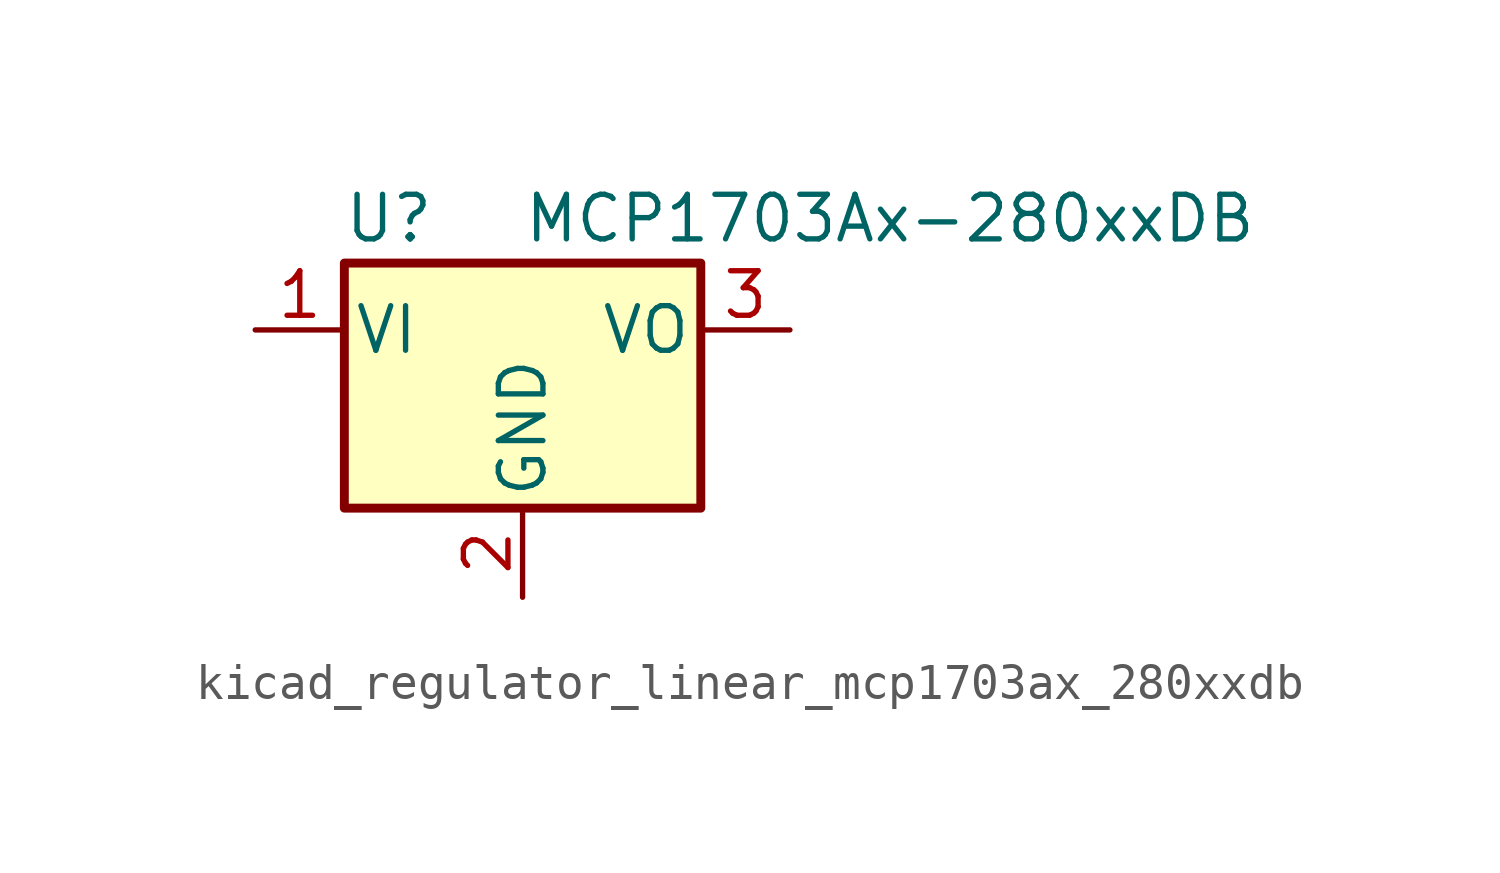
<source format=kicad_sym>
(kicad_symbol_lib
  (version 20220914)
  (generator kicad_symbol_editor)
  (symbol "kicad_regulator_linear_mcp1703ax_280xxdb"
    (pin_names
      (offset 0.254))
    (property "Reference" "U"
      (at -3.81 3.175 0)
      (effects (font (size 1.27 1.27))))
    (property "Value" "MCP1703Ax-280xxDB"
      (at 0 3.175 0)
      (effects (font (size 1.27 1.27)) (justify left)))
    (symbol "kicad_regulator_linear_mcp1703ax_280xxdb_0_1"
      (rectangle (start -5.08 -5.08) (end 5.08 1.905) (stroke (width 0.254) (type default)) (fill (type background))))
    (symbol "kicad_regulator_linear_mcp1703ax_280xxdb_1_1"
      (pin power_in line (at -7.62 0 0) (length 2.54) (name "VI" (effects (font (size 1.27 1.27)))) (number "1" (effects (font (size 1.27 1.27)))))
      (pin power_in line (at 0 -7.62 90) (length 2.54) (name "GND" (effects (font (size 1.27 1.27)))) (number "2" (effects (font (size 1.27 1.27)))))
      (pin power_out line (at 7.62 0 180) (length 2.54) (name "VO" (effects (font (size 1.27 1.27)))) (number "3" (effects (font (size 1.27 1.27))))))))
</source>
